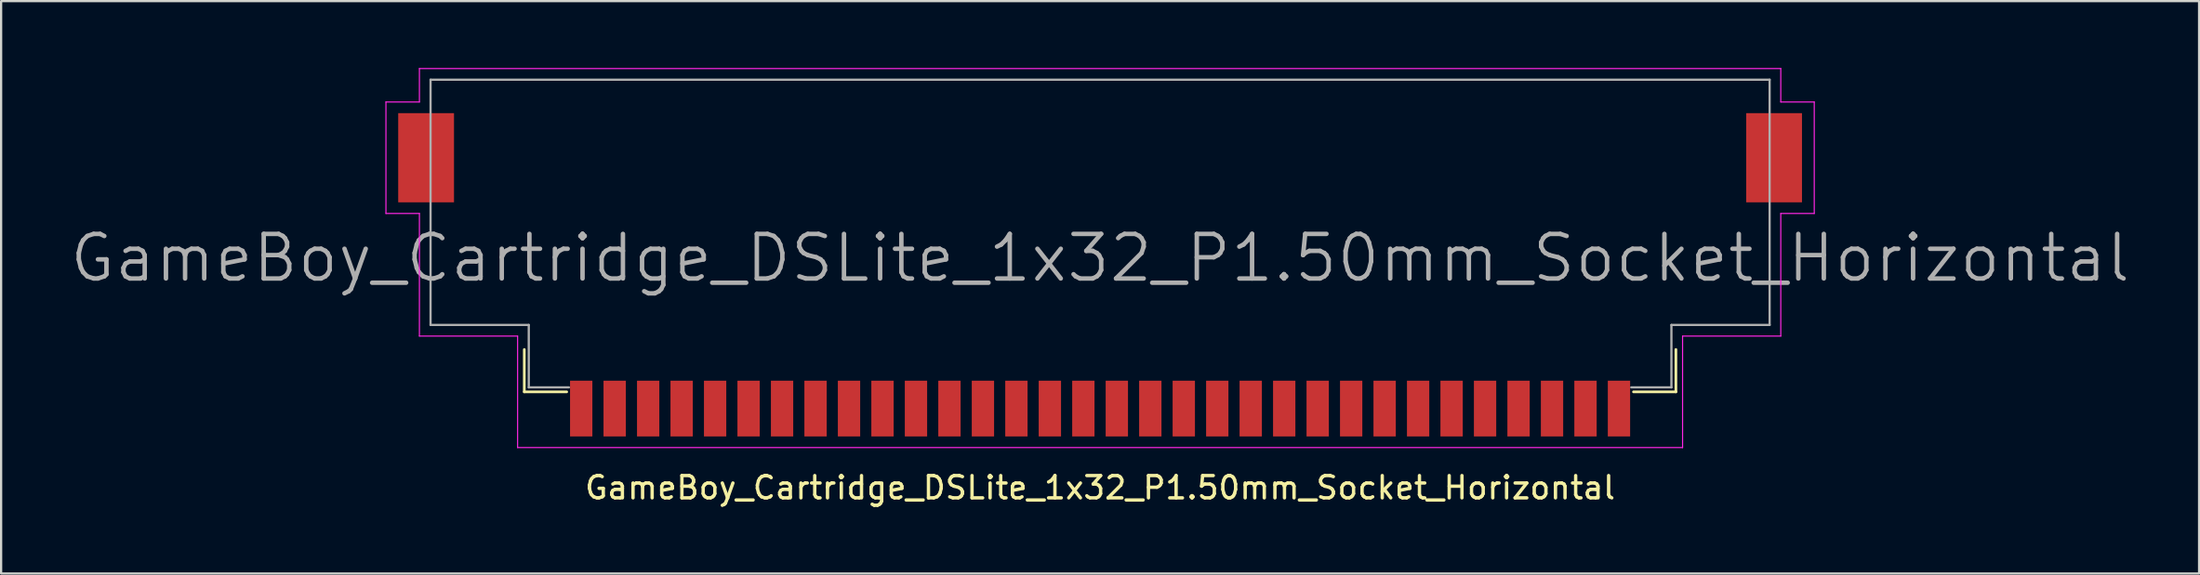
<source format=kicad_pcb>
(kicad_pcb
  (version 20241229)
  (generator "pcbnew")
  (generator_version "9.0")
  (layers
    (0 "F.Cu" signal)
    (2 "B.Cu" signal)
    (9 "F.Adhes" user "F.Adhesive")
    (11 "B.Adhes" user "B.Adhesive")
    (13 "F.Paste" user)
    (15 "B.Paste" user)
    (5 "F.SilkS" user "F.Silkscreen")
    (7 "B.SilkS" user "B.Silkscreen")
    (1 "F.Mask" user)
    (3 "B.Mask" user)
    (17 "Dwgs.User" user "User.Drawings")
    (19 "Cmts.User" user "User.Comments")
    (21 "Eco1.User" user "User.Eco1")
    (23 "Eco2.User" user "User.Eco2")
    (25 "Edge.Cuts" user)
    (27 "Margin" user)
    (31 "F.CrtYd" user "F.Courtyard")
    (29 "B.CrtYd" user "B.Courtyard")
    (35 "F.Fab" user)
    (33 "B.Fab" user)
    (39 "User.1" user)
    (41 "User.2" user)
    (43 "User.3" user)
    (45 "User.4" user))
  (footprint "GameBoy_Cartridge_DSLite_1x32_P1.50mm_Socket_Horizontal"
    (layer "F.Cu")
    (at 46.243 9.275)
    (property "Reference" "GameBoy_Cartridge_DSLite_1x32_P1.50mm_Socket_Horizontal" (at 0 9.55 180) (layer "F.SilkS") (effects (font (size 1 1) (thickness 0.15))))
    (attr smd)
    (fp_line (start -25.8 5.25) (end -25.8 3.35) (stroke (width 0.12) (type solid)) (layer "F.SilkS"))
    (fp_line (start -23.9 5.25) (end -25.8 5.25) (stroke (width 0.12) (type solid)) (layer "F.SilkS"))
    (fp_line (start 23.9 5.25) (end 25.8 5.25) (stroke (width 0.12) (type solid)) (layer "F.SilkS"))
    (fp_line (start 25.8 5.25) (end 25.8 3.35) (stroke (width 0.12) (type solid)) (layer "F.SilkS"))
    (fp_line (start -32 -7.75) (end -32 -2.75) (stroke (width 0.05) (type solid)) (layer "F.CrtYd"))
    (fp_line (start -32 -2.75) (end -30.5 -2.75) (stroke (width 0.05) (type solid)) (layer "F.CrtYd"))
    (fp_line (start -30.5 -9.25) (end -30.5 -7.75) (stroke (width 0.05) (type solid)) (layer "F.CrtYd"))
    (fp_line (start -30.5 -9.25) (end 30.5 -9.25) (stroke (width 0.05) (type solid)) (layer "F.CrtYd"))
    (fp_line (start -30.5 -7.75) (end -32 -7.75) (stroke (width 0.05) (type solid)) (layer "F.CrtYd"))
    (fp_line (start -30.5 -2.75) (end -30.5 2.75) (stroke (width 0.05) (type solid)) (layer "F.CrtYd"))
    (fp_line (start -30.5 2.75) (end -26.1 2.75) (stroke (width 0.05) (type solid)) (layer "F.CrtYd"))
    (fp_line (start -26.1 2.75) (end -26.1 7.75) (stroke (width 0.05) (type solid)) (layer "F.CrtYd"))
    (fp_line (start -26.1 7.75) (end 26.1 7.75) (stroke (width 0.05) (type solid)) (layer "F.CrtYd"))
    (fp_line (start 26.1 2.75) (end 30.5 2.75) (stroke (width 0.05) (type solid)) (layer "F.CrtYd"))
    (fp_line (start 26.1 7.75) (end 26.1 2.75) (stroke (width 0.05) (type solid)) (layer "F.CrtYd"))
    (fp_line (start 30.5 -7.75) (end 30.5 -9.25) (stroke (width 0.05) (type solid)) (layer "F.CrtYd"))
    (fp_line (start 30.5 -2.75) (end 32 -2.75) (stroke (width 0.05) (type solid)) (layer "F.CrtYd"))
    (fp_line (start 30.5 2.75) (end 30.5 -2.75) (stroke (width 0.05) (type solid)) (layer "F.CrtYd"))
    (fp_line (start 32 -7.75) (end 30.5 -7.75) (stroke (width 0.05) (type solid)) (layer "F.CrtYd"))
    (fp_line (start 32 -2.75) (end 32 -7.75) (stroke (width 0.05) (type solid)) (layer "F.CrtYd"))
    (fp_line (start -30 -8.75) (end 30 -8.75) (stroke (width 0.1) (type solid)) (layer "F.Fab"))
    (fp_line (start -30 2.25) (end -30 -8.75) (stroke (width 0.1) (type solid)) (layer "F.Fab"))
    (fp_line (start -25.6 2.25) (end -30 2.25) (stroke (width 0.1) (type solid)) (layer "F.Fab"))
    (fp_line (start -25.6 5.05) (end -25.6 2.25) (stroke (width 0.1) (type solid)) (layer "F.Fab"))
    (fp_line (start -23.8 5.05) (end -25.6 5.05) (stroke (width 0.1) (type solid)) (layer "F.Fab"))
    (fp_line (start 23.8 5.05) (end 25.6 5.05) (stroke (width 0.1) (type solid)) (layer "F.Fab"))
    (fp_line (start 25.6 2.25) (end 30 2.25) (stroke (width 0.1) (type solid)) (layer "F.Fab"))
    (fp_line (start 25.6 5.05) (end 25.6 2.25) (stroke (width 0.1) (type solid)) (layer "F.Fab"))
    (fp_line (start 30 2.25) (end 30 -8.75) (stroke (width 0.1) (type solid)) (layer "F.Fab"))
    (fp_text user "${REFERENCE}" (at 0 -0.75 0) (layer "F.Fab") (effects (font (size 2 2) (thickness 0.2))))
    (pad "1" smd rect (at -23.25 6) (size 1 2.5) (layers "F.Cu" "F.Mask" "F.Paste"))
    (pad "2" smd rect (at -21.75 6) (size 1 2.5) (layers "F.Cu" "F.Mask" "F.Paste"))
    (pad "3" smd rect (at -20.25 6) (size 1 2.5) (layers "F.Cu" "F.Mask" "F.Paste"))
    (pad "4" smd rect (at -18.75 6) (size 1 2.5) (layers "F.Cu" "F.Mask" "F.Paste"))
    (pad "5" smd rect (at -17.25 6) (size 1 2.5) (layers "F.Cu" "F.Mask" "F.Paste"))
    (pad "6" smd rect (at -15.75 6) (size 1 2.5) (layers "F.Cu" "F.Mask" "F.Paste"))
    (pad "7" smd rect (at -14.25 6) (size 1 2.5) (layers "F.Cu" "F.Mask" "F.Paste"))
    (pad "8" smd rect (at -12.75 6) (size 1 2.5) (layers "F.Cu" "F.Mask" "F.Paste"))
    (pad "9" smd rect (at -11.25 6) (size 1 2.5) (layers "F.Cu" "F.Mask" "F.Paste"))
    (pad "10" smd rect (at -9.75 6) (size 1 2.5) (layers "F.Cu" "F.Mask" "F.Paste"))
    (pad "11" smd rect (at -8.25 6) (size 1 2.5) (layers "F.Cu" "F.Mask" "F.Paste"))
    (pad "12" smd rect (at -6.75 6) (size 1 2.5) (layers "F.Cu" "F.Mask" "F.Paste"))
    (pad "13" smd rect (at -5.25 6) (size 1 2.5) (layers "F.Cu" "F.Mask" "F.Paste"))
    (pad "14" smd rect (at -3.75 6) (size 1 2.5) (layers "F.Cu" "F.Mask" "F.Paste"))
    (pad "15" smd rect (at -2.25 6) (size 1 2.5) (layers "F.Cu" "F.Mask" "F.Paste"))
    (pad "16" smd rect (at -0.75 6) (size 1 2.5) (layers "F.Cu" "F.Mask" "F.Paste"))
    (pad "17" smd rect (at 0.75 6) (size 1 2.5) (layers "F.Cu" "F.Mask" "F.Paste"))
    (pad "18" smd rect (at 2.25 6) (size 1 2.5) (layers "F.Cu" "F.Mask" "F.Paste"))
    (pad "19" smd rect (at 3.75 6) (size 1 2.5) (layers "F.Cu" "F.Mask" "F.Paste"))
    (pad "20" smd rect (at 5.25 6) (size 1 2.5) (layers "F.Cu" "F.Mask" "F.Paste"))
    (pad "21" smd rect (at 6.75 6) (size 1 2.5) (layers "F.Cu" "F.Mask" "F.Paste"))
    (pad "22" smd rect (at 8.25 6) (size 1 2.5) (layers "F.Cu" "F.Mask" "F.Paste"))
    (pad "23" smd rect (at 9.75 6) (size 1 2.5) (layers "F.Cu" "F.Mask" "F.Paste"))
    (pad "24" smd rect (at 11.25 6) (size 1 2.5) (layers "F.Cu" "F.Mask" "F.Paste"))
    (pad "25" smd rect (at 12.75 6) (size 1 2.5) (layers "F.Cu" "F.Mask" "F.Paste"))
    (pad "26" smd rect (at 14.25 6) (size 1 2.5) (layers "F.Cu" "F.Mask" "F.Paste"))
    (pad "27" smd rect (at 15.75 6) (size 1 2.5) (layers "F.Cu" "F.Mask" "F.Paste"))
    (pad "28" smd rect (at 17.25 6) (size 1 2.5) (layers "F.Cu" "F.Mask" "F.Paste"))
    (pad "29" smd rect (at 18.75 6) (size 1 2.5) (layers "F.Cu" "F.Mask" "F.Paste"))
    (pad "30" smd rect (at 20.25 6) (size 1 2.5) (layers "F.Cu" "F.Mask" "F.Paste"))
    (pad "31" smd rect (at 21.75 6) (size 1 2.5) (layers "F.Cu" "F.Mask" "F.Paste"))
    (pad "32" smd rect (at -30.2 -5.25) (size 2.5 4) (layers "F.Cu" "F.Mask" "F.Paste"))
    (pad "32" smd rect (at 23.25 6) (size 1 2.5) (layers "F.Cu" "F.Mask" "F.Paste"))
    (pad "32" smd rect (at 30.2 -5.25) (size 2.5 4) (layers "F.Cu" "F.Mask" "F.Paste")))
  (gr_rect
    (start -3 -3)
    (end 95.486 22.673)
    (stroke (width 0.1) (type default))
    (fill no)
    (layer "Edge.Cuts")))
</source>
